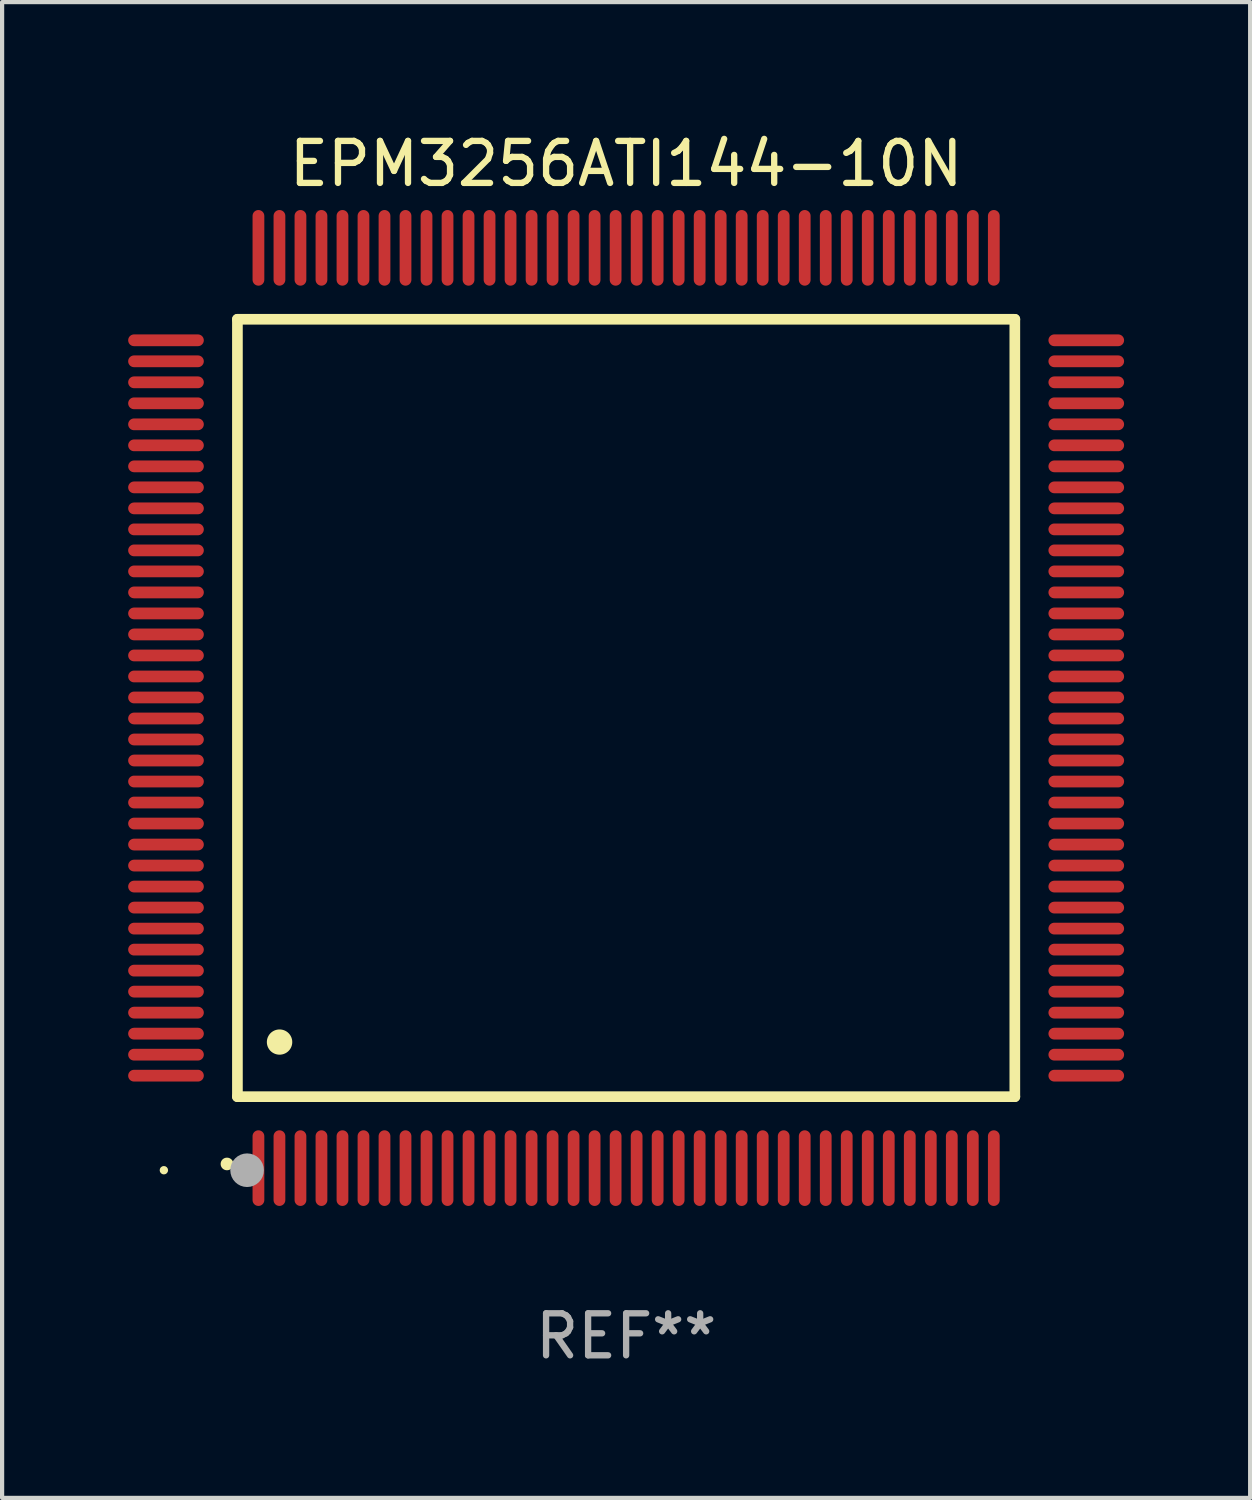
<source format=kicad_pcb>
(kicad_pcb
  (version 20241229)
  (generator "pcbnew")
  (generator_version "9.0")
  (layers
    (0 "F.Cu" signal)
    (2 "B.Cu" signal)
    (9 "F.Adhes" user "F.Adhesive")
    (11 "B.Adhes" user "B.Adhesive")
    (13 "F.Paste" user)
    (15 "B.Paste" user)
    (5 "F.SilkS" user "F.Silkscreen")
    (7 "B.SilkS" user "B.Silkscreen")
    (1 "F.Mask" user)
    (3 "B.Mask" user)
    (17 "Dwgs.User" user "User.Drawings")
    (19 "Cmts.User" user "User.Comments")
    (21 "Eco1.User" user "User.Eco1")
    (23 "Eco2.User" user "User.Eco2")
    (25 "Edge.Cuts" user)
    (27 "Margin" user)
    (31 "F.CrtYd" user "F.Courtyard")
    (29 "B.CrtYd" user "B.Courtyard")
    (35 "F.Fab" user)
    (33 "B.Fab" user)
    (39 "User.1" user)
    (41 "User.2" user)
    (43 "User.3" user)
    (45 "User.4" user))
  (footprint "EPM3256ATI144-10N"
    (layer "F.Cu")
    (at 11.85 13.798)
    (property "Reference" "EPM3256ATI144-10N" (at 0 -12.95 0) (layer "F.SilkS") (effects (font (size 1 1) (thickness 0.15))))
    (attr through_hole)
    (fp_line (start -9.25 -9.25) (end -9.25 9.25) (stroke (width 0.254) (type solid)) (layer "F.SilkS"))
    (fp_line (start -9.25 9.25) (end 9.25 9.25) (stroke (width 0.254) (type solid)) (layer "F.SilkS"))
    (fp_line (start 9.25 -9.25) (end -9.25 -9.25) (stroke (width 0.254) (type solid)) (layer "F.SilkS"))
    (fp_line (start 9.25 9.25) (end 9.25 -9.25) (stroke (width 0.254) (type solid)) (layer "F.SilkS"))
    (fp_arc (start -9.499619 10.850902) (mid -9.498349 10.850897) (end -9.497079 10.850902) (stroke (width 0.3) (type solid)) (layer "F.SilkS"))
    (fp_arc (start -8.249936 7.950216) (mid -8.247396 7.950205) (end -8.244856 7.950216) (stroke (width 0.6) (type solid)) (layer "F.SilkS"))
    (fp_circle (center -11 11) (end -10.95 11) (stroke (width 0.1) (type solid)) (fill no) (layer "F.SilkS"))
    (fp_circle (center -9.02 11) (end -8.82 11) (stroke (width 0.4) (type solid)) (fill no) (layer "F.Fab"))
    (fp_text user "REF**" (at 0 14.95 0) (layer "F.Fab") (effects (font (size 1 1) (thickness 0.15))))
    (pad "1" smd oval (at -8.75 10.95) (size 0.28 1.8) (layers "F.Cu" "F.Mask" "F.Paste"))
    (pad "2" smd oval (at -8.25 10.95) (size 0.28 1.8) (layers "F.Cu" "F.Mask" "F.Paste"))
    (pad "3" smd oval (at -7.75 10.95) (size 0.28 1.8) (layers "F.Cu" "F.Mask" "F.Paste"))
    (pad "4" smd oval (at -7.25 10.95) (size 0.28 1.8) (layers "F.Cu" "F.Mask" "F.Paste"))
    (pad "5" smd oval (at -6.75 10.95) (size 0.28 1.8) (layers "F.Cu" "F.Mask" "F.Paste"))
    (pad "6" smd oval (at -6.25 10.95) (size 0.28 1.8) (layers "F.Cu" "F.Mask" "F.Paste"))
    (pad "7" smd oval (at -5.75 10.95) (size 0.28 1.8) (layers "F.Cu" "F.Mask" "F.Paste"))
    (pad "8" smd oval (at -5.25 10.95) (size 0.28 1.8) (layers "F.Cu" "F.Mask" "F.Paste"))
    (pad "9" smd oval (at -4.75 10.95) (size 0.28 1.8) (layers "F.Cu" "F.Mask" "F.Paste"))
    (pad "10" smd oval (at -4.25 10.95) (size 0.28 1.8) (layers "F.Cu" "F.Mask" "F.Paste"))
    (pad "11" smd oval (at -3.75 10.95) (size 0.28 1.8) (layers "F.Cu" "F.Mask" "F.Paste"))
    (pad "12" smd oval (at -3.25 10.95) (size 0.28 1.8) (layers "F.Cu" "F.Mask" "F.Paste"))
    (pad "13" smd oval (at -2.75 10.95) (size 0.28 1.8) (layers "F.Cu" "F.Mask" "F.Paste"))
    (pad "14" smd oval (at -2.25 10.95) (size 0.28 1.8) (layers "F.Cu" "F.Mask" "F.Paste"))
    (pad "15" smd oval (at -1.75 10.95) (size 0.28 1.8) (layers "F.Cu" "F.Mask" "F.Paste"))
    (pad "16" smd oval (at -1.25 10.95) (size 0.28 1.8) (layers "F.Cu" "F.Mask" "F.Paste"))
    (pad "17" smd oval (at -0.75 10.95) (size 0.28 1.8) (layers "F.Cu" "F.Mask" "F.Paste"))
    (pad "18" smd oval (at -0.25 10.95) (size 0.28 1.8) (layers "F.Cu" "F.Mask" "F.Paste"))
    (pad "19" smd oval (at 0.25 10.95) (size 0.28 1.8) (layers "F.Cu" "F.Mask" "F.Paste"))
    (pad "20" smd oval (at 0.75 10.95) (size 0.28 1.8) (layers "F.Cu" "F.Mask" "F.Paste"))
    (pad "21" smd oval (at 1.25 10.95) (size 0.28 1.8) (layers "F.Cu" "F.Mask" "F.Paste"))
    (pad "22" smd oval (at 1.75 10.95) (size 0.28 1.8) (layers "F.Cu" "F.Mask" "F.Paste"))
    (pad "23" smd oval (at 2.25 10.95) (size 0.28 1.8) (layers "F.Cu" "F.Mask" "F.Paste"))
    (pad "24" smd oval (at 2.75 10.95) (size 0.28 1.8) (layers "F.Cu" "F.Mask" "F.Paste"))
    (pad "25" smd oval (at 3.25 10.95) (size 0.28 1.8) (layers "F.Cu" "F.Mask" "F.Paste"))
    (pad "26" smd oval (at 3.75 10.95) (size 0.28 1.8) (layers "F.Cu" "F.Mask" "F.Paste"))
    (pad "27" smd oval (at 4.25 10.95) (size 0.28 1.8) (layers "F.Cu" "F.Mask" "F.Paste"))
    (pad "28" smd oval (at 4.75 10.95) (size 0.28 1.8) (layers "F.Cu" "F.Mask" "F.Paste"))
    (pad "29" smd oval (at 5.25 10.95) (size 0.28 1.8) (layers "F.Cu" "F.Mask" "F.Paste"))
    (pad "30" smd oval (at 5.75 10.95) (size 0.28 1.8) (layers "F.Cu" "F.Mask" "F.Paste"))
    (pad "31" smd oval (at 6.25 10.95) (size 0.28 1.8) (layers "F.Cu" "F.Mask" "F.Paste"))
    (pad "32" smd oval (at 6.75 10.95) (size 0.28 1.8) (layers "F.Cu" "F.Mask" "F.Paste"))
    (pad "33" smd oval (at 7.25 10.95) (size 0.28 1.8) (layers "F.Cu" "F.Mask" "F.Paste"))
    (pad "34" smd oval (at 7.75 10.95) (size 0.28 1.8) (layers "F.Cu" "F.Mask" "F.Paste"))
    (pad "35" smd oval (at 8.25 10.95) (size 0.28 1.8) (layers "F.Cu" "F.Mask" "F.Paste"))
    (pad "36" smd oval (at 8.75 10.95) (size 0.28 1.8) (layers "F.Cu" "F.Mask" "F.Paste"))
    (pad "37" smd oval (at 10.95 8.75) (size 1.8 0.28) (layers "F.Cu" "F.Mask" "F.Paste"))
    (pad "38" smd oval (at 10.95 8.25) (size 1.8 0.28) (layers "F.Cu" "F.Mask" "F.Paste"))
    (pad "39" smd oval (at 10.95 7.75) (size 1.8 0.28) (layers "F.Cu" "F.Mask" "F.Paste"))
    (pad "40" smd oval (at 10.95 7.25) (size 1.8 0.28) (layers "F.Cu" "F.Mask" "F.Paste"))
    (pad "41" smd oval (at 10.95 6.75) (size 1.8 0.28) (layers "F.Cu" "F.Mask" "F.Paste"))
    (pad "42" smd oval (at 10.95 6.25) (size 1.8 0.28) (layers "F.Cu" "F.Mask" "F.Paste"))
    (pad "43" smd oval (at 10.95 5.75) (size 1.8 0.28) (layers "F.Cu" "F.Mask" "F.Paste"))
    (pad "44" smd oval (at 10.95 5.25) (size 1.8 0.28) (layers "F.Cu" "F.Mask" "F.Paste"))
    (pad "45" smd oval (at 10.95 4.75) (size 1.8 0.28) (layers "F.Cu" "F.Mask" "F.Paste"))
    (pad "46" smd oval (at 10.95 4.25) (size 1.8 0.28) (layers "F.Cu" "F.Mask" "F.Paste"))
    (pad "47" smd oval (at 10.95 3.75) (size 1.8 0.28) (layers "F.Cu" "F.Mask" "F.Paste"))
    (pad "48" smd oval (at 10.95 3.25) (size 1.8 0.28) (layers "F.Cu" "F.Mask" "F.Paste"))
    (pad "49" smd oval (at 10.95 2.75) (size 1.8 0.28) (layers "F.Cu" "F.Mask" "F.Paste"))
    (pad "50" smd oval (at 10.95 2.25) (size 1.8 0.28) (layers "F.Cu" "F.Mask" "F.Paste"))
    (pad "51" smd oval (at 10.95 1.75) (size 1.8 0.28) (layers "F.Cu" "F.Mask" "F.Paste"))
    (pad "52" smd oval (at 10.95 1.25) (size 1.8 0.28) (layers "F.Cu" "F.Mask" "F.Paste"))
    (pad "53" smd oval (at 10.95 0.75) (size 1.8 0.28) (layers "F.Cu" "F.Mask" "F.Paste"))
    (pad "54" smd oval (at 10.95 0.25) (size 1.8 0.28) (layers "F.Cu" "F.Mask" "F.Paste"))
    (pad "55" smd oval (at 10.95 -0.25) (size 1.8 0.28) (layers "F.Cu" "F.Mask" "F.Paste"))
    (pad "56" smd oval (at 10.95 -0.75) (size 1.8 0.28) (layers "F.Cu" "F.Mask" "F.Paste"))
    (pad "57" smd oval (at 10.95 -1.25) (size 1.8 0.28) (layers "F.Cu" "F.Mask" "F.Paste"))
    (pad "58" smd oval (at 10.95 -1.75) (size 1.8 0.28) (layers "F.Cu" "F.Mask" "F.Paste"))
    (pad "59" smd oval (at 10.95 -2.25) (size 1.8 0.28) (layers "F.Cu" "F.Mask" "F.Paste"))
    (pad "60" smd oval (at 10.95 -2.75) (size 1.8 0.28) (layers "F.Cu" "F.Mask" "F.Paste"))
    (pad "61" smd oval (at 10.95 -3.25) (size 1.8 0.28) (layers "F.Cu" "F.Mask" "F.Paste"))
    (pad "62" smd oval (at 10.95 -3.75) (size 1.8 0.28) (layers "F.Cu" "F.Mask" "F.Paste"))
    (pad "63" smd oval (at 10.95 -4.25) (size 1.8 0.28) (layers "F.Cu" "F.Mask" "F.Paste"))
    (pad "64" smd oval (at 10.95 -4.75) (size 1.8 0.28) (layers "F.Cu" "F.Mask" "F.Paste"))
    (pad "65" smd oval (at 10.95 -5.25) (size 1.8 0.28) (layers "F.Cu" "F.Mask" "F.Paste"))
    (pad "66" smd oval (at 10.95 -5.75) (size 1.8 0.28) (layers "F.Cu" "F.Mask" "F.Paste"))
    (pad "67" smd oval (at 10.95 -6.25) (size 1.8 0.28) (layers "F.Cu" "F.Mask" "F.Paste"))
    (pad "68" smd oval (at 10.95 -6.75) (size 1.8 0.28) (layers "F.Cu" "F.Mask" "F.Paste"))
    (pad "69" smd oval (at 10.95 -7.25) (size 1.8 0.28) (layers "F.Cu" "F.Mask" "F.Paste"))
    (pad "70" smd oval (at 10.95 -7.75) (size 1.8 0.28) (layers "F.Cu" "F.Mask" "F.Paste"))
    (pad "71" smd oval (at 10.95 -8.25) (size 1.8 0.28) (layers "F.Cu" "F.Mask" "F.Paste"))
    (pad "72" smd oval (at 10.95 -8.75) (size 1.8 0.28) (layers "F.Cu" "F.Mask" "F.Paste"))
    (pad "73" smd oval (at 8.75 -10.95) (size 0.28 1.8) (layers "F.Cu" "F.Mask" "F.Paste"))
    (pad "74" smd oval (at 8.25 -10.95) (size 0.28 1.8) (layers "F.Cu" "F.Mask" "F.Paste"))
    (pad "75" smd oval (at 7.75 -10.95) (size 0.28 1.8) (layers "F.Cu" "F.Mask" "F.Paste"))
    (pad "76" smd oval (at 7.25 -10.95) (size 0.28 1.8) (layers "F.Cu" "F.Mask" "F.Paste"))
    (pad "77" smd oval (at 6.75 -10.95) (size 0.28 1.8) (layers "F.Cu" "F.Mask" "F.Paste"))
    (pad "78" smd oval (at 6.25 -10.95) (size 0.28 1.8) (layers "F.Cu" "F.Mask" "F.Paste"))
    (pad "79" smd oval (at 5.75 -10.95) (size 0.28 1.8) (layers "F.Cu" "F.Mask" "F.Paste"))
    (pad "80" smd oval (at 5.25 -10.95) (size 0.28 1.8) (layers "F.Cu" "F.Mask" "F.Paste"))
    (pad "81" smd oval (at 4.75 -10.95) (size 0.28 1.8) (layers "F.Cu" "F.Mask" "F.Paste"))
    (pad "82" smd oval (at 4.25 -10.95) (size 0.28 1.8) (layers "F.Cu" "F.Mask" "F.Paste"))
    (pad "83" smd oval (at 3.75 -10.95) (size 0.28 1.8) (layers "F.Cu" "F.Mask" "F.Paste"))
    (pad "84" smd oval (at 3.25 -10.95) (size 0.28 1.8) (layers "F.Cu" "F.Mask" "F.Paste"))
    (pad "85" smd oval (at 2.75 -10.95) (size 0.28 1.8) (layers "F.Cu" "F.Mask" "F.Paste"))
    (pad "86" smd oval (at 2.25 -10.95) (size 0.28 1.8) (layers "F.Cu" "F.Mask" "F.Paste"))
    (pad "87" smd oval (at 1.75 -10.95) (size 0.28 1.8) (layers "F.Cu" "F.Mask" "F.Paste"))
    (pad "88" smd oval (at 1.25 -10.95) (size 0.28 1.8) (layers "F.Cu" "F.Mask" "F.Paste"))
    (pad "89" smd oval (at 0.75 -10.95) (size 0.28 1.8) (layers "F.Cu" "F.Mask" "F.Paste"))
    (pad "90" smd oval (at 0.25 -10.95) (size 0.28 1.8) (layers "F.Cu" "F.Mask" "F.Paste"))
    (pad "91" smd oval (at -0.25 -10.95) (size 0.28 1.8) (layers "F.Cu" "F.Mask" "F.Paste"))
    (pad "92" smd oval (at -0.75 -10.95) (size 0.28 1.8) (layers "F.Cu" "F.Mask" "F.Paste"))
    (pad "93" smd oval (at -1.25 -10.95) (size 0.28 1.8) (layers "F.Cu" "F.Mask" "F.Paste"))
    (pad "94" smd oval (at -1.75 -10.95) (size 0.28 1.8) (layers "F.Cu" "F.Mask" "F.Paste"))
    (pad "95" smd oval (at -2.25 -10.95) (size 0.28 1.8) (layers "F.Cu" "F.Mask" "F.Paste"))
    (pad "96" smd oval (at -2.75 -10.95) (size 0.28 1.8) (layers "F.Cu" "F.Mask" "F.Paste"))
    (pad "97" smd oval (at -3.25 -10.95) (size 0.28 1.8) (layers "F.Cu" "F.Mask" "F.Paste"))
    (pad "98" smd oval (at -3.75 -10.95) (size 0.28 1.8) (layers "F.Cu" "F.Mask" "F.Paste"))
    (pad "99" smd oval (at -4.25 -10.95) (size 0.28 1.8) (layers "F.Cu" "F.Mask" "F.Paste"))
    (pad "100" smd oval (at -4.75 -10.95) (size 0.28 1.8) (layers "F.Cu" "F.Mask" "F.Paste"))
    (pad "101" smd oval (at -5.25 -10.95) (size 0.28 1.8) (layers "F.Cu" "F.Mask" "F.Paste"))
    (pad "102" smd oval (at -5.75 -10.95) (size 0.28 1.8) (layers "F.Cu" "F.Mask" "F.Paste"))
    (pad "103" smd oval (at -6.25 -10.95) (size 0.28 1.8) (layers "F.Cu" "F.Mask" "F.Paste"))
    (pad "104" smd oval (at -6.75 -10.95) (size 0.28 1.8) (layers "F.Cu" "F.Mask" "F.Paste"))
    (pad "105" smd oval (at -7.25 -10.95) (size 0.28 1.8) (layers "F.Cu" "F.Mask" "F.Paste"))
    (pad "106" smd oval (at -7.75 -10.95) (size 0.28 1.8) (layers "F.Cu" "F.Mask" "F.Paste"))
    (pad "107" smd oval (at -8.25 -10.95) (size 0.28 1.8) (layers "F.Cu" "F.Mask" "F.Paste"))
    (pad "108" smd oval (at -8.75 -10.95) (size 0.28 1.8) (layers "F.Cu" "F.Mask" "F.Paste"))
    (pad "109" smd oval (at -10.95 -8.75) (size 1.8 0.28) (layers "F.Cu" "F.Mask" "F.Paste"))
    (pad "110" smd oval (at -10.95 -8.25) (size 1.8 0.28) (layers "F.Cu" "F.Mask" "F.Paste"))
    (pad "111" smd oval (at -10.95 -7.75) (size 1.8 0.28) (layers "F.Cu" "F.Mask" "F.Paste"))
    (pad "112" smd oval (at -10.95 -7.25) (size 1.8 0.28) (layers "F.Cu" "F.Mask" "F.Paste"))
    (pad "113" smd oval (at -10.95 -6.75) (size 1.8 0.28) (layers "F.Cu" "F.Mask" "F.Paste"))
    (pad "114" smd oval (at -10.95 -6.25) (size 1.8 0.28) (layers "F.Cu" "F.Mask" "F.Paste"))
    (pad "115" smd oval (at -10.95 -5.75) (size 1.8 0.28) (layers "F.Cu" "F.Mask" "F.Paste"))
    (pad "116" smd oval (at -10.95 -5.25) (size 1.8 0.28) (layers "F.Cu" "F.Mask" "F.Paste"))
    (pad "117" smd oval (at -10.95 -4.75) (size 1.8 0.28) (layers "F.Cu" "F.Mask" "F.Paste"))
    (pad "118" smd oval (at -10.95 -4.25) (size 1.8 0.28) (layers "F.Cu" "F.Mask" "F.Paste"))
    (pad "119" smd oval (at -10.95 -3.75) (size 1.8 0.28) (layers "F.Cu" "F.Mask" "F.Paste"))
    (pad "120" smd oval (at -10.95 -3.25) (size 1.8 0.28) (layers "F.Cu" "F.Mask" "F.Paste"))
    (pad "121" smd oval (at -10.95 -2.75) (size 1.8 0.28) (layers "F.Cu" "F.Mask" "F.Paste"))
    (pad "122" smd oval (at -10.95 -2.25) (size 1.8 0.28) (layers "F.Cu" "F.Mask" "F.Paste"))
    (pad "123" smd oval (at -10.95 -1.75) (size 1.8 0.28) (layers "F.Cu" "F.Mask" "F.Paste"))
    (pad "124" smd oval (at -10.95 -1.25) (size 1.8 0.28) (layers "F.Cu" "F.Mask" "F.Paste"))
    (pad "125" smd oval (at -10.95 -0.75) (size 1.8 0.28) (layers "F.Cu" "F.Mask" "F.Paste"))
    (pad "126" smd oval (at -10.95 -0.25) (size 1.8 0.28) (layers "F.Cu" "F.Mask" "F.Paste"))
    (pad "127" smd oval (at -10.95 0.25) (size 1.8 0.28) (layers "F.Cu" "F.Mask" "F.Paste"))
    (pad "128" smd oval (at -10.95 0.75) (size 1.8 0.28) (layers "F.Cu" "F.Mask" "F.Paste"))
    (pad "129" smd oval (at -10.95 1.25) (size 1.8 0.28) (layers "F.Cu" "F.Mask" "F.Paste"))
    (pad "130" smd oval (at -10.95 1.75) (size 1.8 0.28) (layers "F.Cu" "F.Mask" "F.Paste"))
    (pad "131" smd oval (at -10.95 2.25) (size 1.8 0.28) (layers "F.Cu" "F.Mask" "F.Paste"))
    (pad "132" smd oval (at -10.95 2.75) (size 1.8 0.28) (layers "F.Cu" "F.Mask" "F.Paste"))
    (pad "133" smd oval (at -10.95 3.25) (size 1.8 0.28) (layers "F.Cu" "F.Mask" "F.Paste"))
    (pad "134" smd oval (at -10.95 3.75) (size 1.8 0.28) (layers "F.Cu" "F.Mask" "F.Paste"))
    (pad "135" smd oval (at -10.95 4.25) (size 1.8 0.28) (layers "F.Cu" "F.Mask" "F.Paste"))
    (pad "136" smd oval (at -10.95 4.75) (size 1.8 0.28) (layers "F.Cu" "F.Mask" "F.Paste"))
    (pad "137" smd oval (at -10.95 5.25) (size 1.8 0.28) (layers "F.Cu" "F.Mask" "F.Paste"))
    (pad "138" smd oval (at -10.95 5.75) (size 1.8 0.28) (layers "F.Cu" "F.Mask" "F.Paste"))
    (pad "139" smd oval (at -10.95 6.25) (size 1.8 0.28) (layers "F.Cu" "F.Mask" "F.Paste"))
    (pad "140" smd oval (at -10.95 6.75) (size 1.8 0.28) (layers "F.Cu" "F.Mask" "F.Paste"))
    (pad "141" smd oval (at -10.95 7.25) (size 1.8 0.28) (layers "F.Cu" "F.Mask" "F.Paste"))
    (pad "142" smd oval (at -10.95 7.75) (size 1.8 0.28) (layers "F.Cu" "F.Mask" "F.Paste"))
    (pad "143" smd oval (at -10.95 8.25) (size 1.8 0.28) (layers "F.Cu" "F.Mask" "F.Paste"))
    (pad "144" smd oval (at -10.95 8.75) (size 1.8 0.28) (layers "F.Cu" "F.Mask" "F.Paste")))
  (gr_rect
    (start -3 -3)
    (end 26.7 32.596)
    (stroke (width 0.1) (type default))
    (fill no)
    (layer "Edge.Cuts")))
</source>
